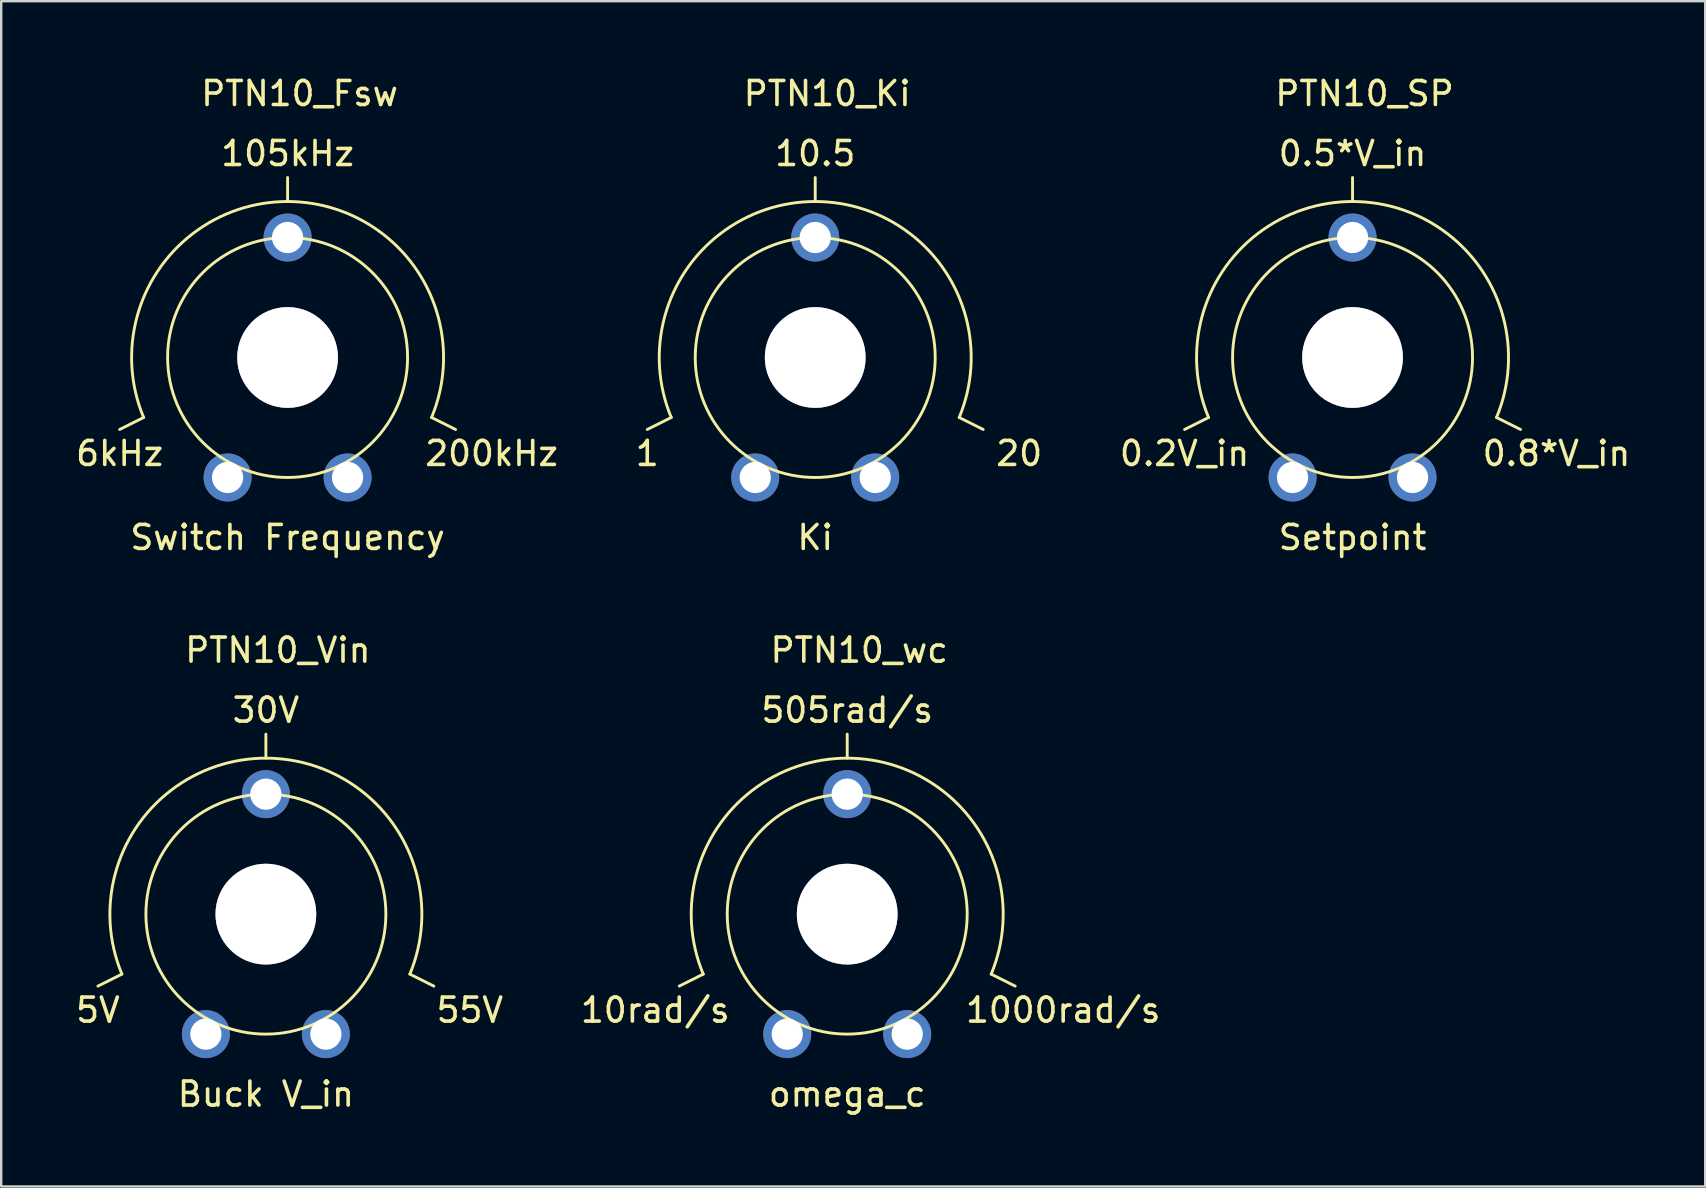
<source format=kicad_pcb>
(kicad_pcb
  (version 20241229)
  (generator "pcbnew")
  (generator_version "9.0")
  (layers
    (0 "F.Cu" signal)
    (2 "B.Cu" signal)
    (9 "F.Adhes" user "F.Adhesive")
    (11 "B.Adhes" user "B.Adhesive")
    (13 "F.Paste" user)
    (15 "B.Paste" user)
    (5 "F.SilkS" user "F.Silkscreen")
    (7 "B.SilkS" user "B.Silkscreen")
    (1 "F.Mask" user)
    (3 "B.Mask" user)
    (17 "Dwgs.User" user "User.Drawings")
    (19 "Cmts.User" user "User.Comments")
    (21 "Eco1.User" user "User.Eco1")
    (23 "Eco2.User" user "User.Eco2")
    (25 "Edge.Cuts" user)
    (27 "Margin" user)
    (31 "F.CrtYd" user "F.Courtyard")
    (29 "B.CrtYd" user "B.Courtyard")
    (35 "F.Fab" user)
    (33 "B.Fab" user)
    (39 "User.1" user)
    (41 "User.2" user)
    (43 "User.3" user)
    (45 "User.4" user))
  (footprint "PTN10_Ki"
    (layer "F.Cu")
    (at 30.923 11.848)
    (property "Reference" "PTN10_Ki" (at 0.5 -11 0) (layer "F.SilkS") (effects (font (size 1 1) (thickness 0.15))))
    (attr through_hole)
    (fp_line (start -6 2.5) (end -7 3) (stroke (width 0.12) (type solid)) (layer "F.SilkS"))
    (fp_line (start 0 -6.5) (end 0 -7.5) (stroke (width 0.12) (type solid)) (layer "F.SilkS"))
    (fp_line (start 6 2.5) (end 7 3) (stroke (width 0.12) (type solid)) (layer "F.SilkS"))
    (fp_arc (start -6 2.5) (mid 0 -6.5) (end 6 2.5) (stroke (width 0.12) (type solid)) (layer "F.SilkS"))
    (fp_circle (center 0 0) (end 5 0) (stroke (width 0.12) (type solid)) (fill no) (layer "F.SilkS"))
    (fp_text user "10.5" (at 0 -8.5 0) (layer "F.SilkS") (effects (font (size 1 1) (thickness 0.15))))
    (fp_text user "1" (at -7 4 0) (layer "F.SilkS") (effects (font (size 1 1) (thickness 0.15))))
    (fp_text user "20" (at 8.5 4 0) (layer "F.SilkS") (effects (font (size 1 1) (thickness 0.15))))
    (fp_text user "Ki" (at 0 7.5 0) (layer "F.SilkS") (effects (font (size 1 1) (thickness 0.15))))
    (pad "1" thru_hole circle (at -2.5 5) (size 2 2) (drill 1.3) (layers "*.Cu" "*.Mask"))
    (pad "2" thru_hole circle (at 0 -5) (size 2 2) (drill 1.3) (layers "*.Cu" "*.Mask"))
    (pad "3" thru_hole circle (at 2.5 5) (size 2 2) (drill 1.3) (layers "*.Cu" "*.Mask"))
    (pad "4" thru_hole circle (at 0 0) (size 4.2 4.2) (drill 4.2) (layers "*.Cu" "*.Mask")))
  (footprint "PTN10_Fsw"
    (layer "F.Cu")
    (at 8.935 11.848)
    (property "Reference" "PTN10_Fsw" (at 0.5 -11 0) (layer "F.SilkS") (effects (font (size 1 1) (thickness 0.15))))
    (attr through_hole)
    (fp_line (start -6 2.5) (end -7 3) (stroke (width 0.12) (type solid)) (layer "F.SilkS"))
    (fp_line (start 0 -6.5) (end 0 -7.5) (stroke (width 0.12) (type solid)) (layer "F.SilkS"))
    (fp_line (start 6 2.5) (end 7 3) (stroke (width 0.12) (type solid)) (layer "F.SilkS"))
    (fp_arc (start -6 2.5) (mid 0 -6.5) (end 6 2.5) (stroke (width 0.12) (type solid)) (layer "F.SilkS"))
    (fp_circle (center 0 0) (end 5 0) (stroke (width 0.12) (type solid)) (fill no) (layer "F.SilkS"))
    (fp_text user "105kHz" (at 0 -8.5 0) (layer "F.SilkS") (effects (font (size 1 1) (thickness 0.15))))
    (fp_text user "200kHz" (at 8.5 4 0) (layer "F.SilkS") (effects (font (size 1 1) (thickness 0.15))))
    (fp_text user "Switch Frequency" (at 0 7.5 0) (layer "F.SilkS") (effects (font (size 1 1) (thickness 0.15))))
    (fp_text user "6kHz" (at -7 4 0) (layer "F.SilkS") (effects (font (size 1 1) (thickness 0.15))))
    (pad "1" thru_hole circle (at -2.5 5) (size 2 2) (drill 1.3) (layers "*.Cu" "*.Mask"))
    (pad "2" thru_hole circle (at 0 -5) (size 2 2) (drill 1.3) (layers "*.Cu" "*.Mask"))
    (pad "3" thru_hole circle (at 2.5 5) (size 2 2) (drill 1.3) (layers "*.Cu" "*.Mask"))
    (pad "4" thru_hole circle (at 0 0) (size 4.2 4.2) (drill 4.2) (layers "*.Cu" "*.Mask")))
  (footprint "PTN10_Vin"
    (layer "F.Cu")
    (at 8.03 35.045)
    (property "Reference" "PTN10_Vin" (at 0.5 -11 0) (layer "F.SilkS") (effects (font (size 1 1) (thickness 0.15))))
    (attr through_hole)
    (fp_line (start -6 2.5) (end -7 3) (stroke (width 0.12) (type solid)) (layer "F.SilkS"))
    (fp_line (start 0 -6.5) (end 0 -7.5) (stroke (width 0.12) (type solid)) (layer "F.SilkS"))
    (fp_line (start 6 2.5) (end 7 3) (stroke (width 0.12) (type solid)) (layer "F.SilkS"))
    (fp_arc (start -6 2.5) (mid 0 -6.5) (end 6 2.5) (stroke (width 0.12) (type solid)) (layer "F.SilkS"))
    (fp_circle (center 0 0) (end 5 0) (stroke (width 0.12) (type solid)) (fill no) (layer "F.SilkS"))
    (fp_text user "55V" (at 8.5 4 0) (layer "F.SilkS") (effects (font (size 1 1) (thickness 0.15))))
    (fp_text user "5V" (at -7 4 0) (layer "F.SilkS") (effects (font (size 1 1) (thickness 0.15))))
    (fp_text user "Buck V_in" (at 0 7.5 0) (layer "F.SilkS") (effects (font (size 1 1) (thickness 0.15))))
    (fp_text user "30V" (at 0 -8.5 0) (layer "F.SilkS") (effects (font (size 1 1) (thickness 0.15))))
    (pad "1" thru_hole circle (at -2.5 5) (size 2 2) (drill 1.3) (layers "*.Cu" "*.Mask"))
    (pad "2" thru_hole circle (at 0 -5) (size 2 2) (drill 1.3) (layers "*.Cu" "*.Mask"))
    (pad "3" thru_hole circle (at 2.5 5) (size 2 2) (drill 1.3) (layers "*.Cu" "*.Mask"))
    (pad "4" thru_hole circle (at 0 0) (size 4.2 4.2) (drill 4.2) (layers "*.Cu" "*.Mask")))
  (footprint "PTN10_SP"
    (layer "F.Cu")
    (at 53.315 11.848)
    (property "Reference" "PTN10_SP" (at 0.5 -11 0) (layer "F.SilkS") (effects (font (size 1 1) (thickness 0.15))))
    (attr through_hole)
    (fp_line (start -6 2.5) (end -7 3) (stroke (width 0.12) (type solid)) (layer "F.SilkS"))
    (fp_line (start 0 -6.5) (end 0 -7.5) (stroke (width 0.12) (type solid)) (layer "F.SilkS"))
    (fp_line (start 6 2.5) (end 7 3) (stroke (width 0.12) (type solid)) (layer "F.SilkS"))
    (fp_arc (start -6 2.5) (mid 0 -6.5) (end 6 2.5) (stroke (width 0.12) (type solid)) (layer "F.SilkS"))
    (fp_circle (center 0 0) (end 5 0) (stroke (width 0.12) (type solid)) (fill no) (layer "F.SilkS"))
    (fp_text user "0.2V_in" (at -7 4 0) (layer "F.SilkS") (effects (font (size 1 1) (thickness 0.15))))
    (fp_text user "Setpoint" (at 0 7.5 0) (layer "F.SilkS") (effects (font (size 1 1) (thickness 0.15))))
    (fp_text user "0.5*V_in" (at 0 -8.5 0) (layer "F.SilkS") (effects (font (size 1 1) (thickness 0.15))))
    (fp_text user "0.8*V_in" (at 8.5 4 0) (layer "F.SilkS") (effects (font (size 1 1) (thickness 0.15))))
    (pad "1" thru_hole circle (at -2.5 5) (size 2 2) (drill 1.3) (layers "*.Cu" "*.Mask"))
    (pad "2" thru_hole circle (at 0 -5) (size 2 2) (drill 1.3) (layers "*.Cu" "*.Mask"))
    (pad "3" thru_hole circle (at 2.5 5) (size 2 2) (drill 1.3) (layers "*.Cu" "*.Mask"))
    (pad "4" thru_hole circle (at 0 0) (size 4.2 4.2) (drill 4.2) (layers "*.Cu" "*.Mask")))
  (footprint "PTN10_wc"
    (layer "F.Cu")
    (at 32.256 35.045)
    (property "Reference" "PTN10_wc" (at 0.5 -11 0) (layer "F.SilkS") (effects (font (size 1 1) (thickness 0.15))))
    (attr through_hole)
    (fp_line (start -6 2.5) (end -7 3) (stroke (width 0.12) (type solid)) (layer "F.SilkS"))
    (fp_line (start 0 -6.5) (end 0 -7.5) (stroke (width 0.12) (type solid)) (layer "F.SilkS"))
    (fp_line (start 6 2.5) (end 7 3) (stroke (width 0.12) (type solid)) (layer "F.SilkS"))
    (fp_arc (start -6 2.5) (mid 0 -6.5) (end 6 2.5) (stroke (width 0.12) (type solid)) (layer "F.SilkS"))
    (fp_circle (center 0 0) (end 5 0) (stroke (width 0.12) (type solid)) (fill no) (layer "F.SilkS"))
    (fp_text user "1000rad/s" (at 9 4 0) (layer "F.SilkS") (effects (font (size 1 1) (thickness 0.15))))
    (fp_text user "10rad/s" (at -8 4 0) (layer "F.SilkS") (effects (font (size 1 1) (thickness 0.15))))
    (fp_text user "505rad/s" (at 0 -8.5 0) (layer "F.SilkS") (effects (font (size 1 1) (thickness 0.15))))
    (fp_text user "omega_c" (at 0 7.5 0) (layer "F.SilkS") (effects (font (size 1 1) (thickness 0.15))))
    (pad "1" thru_hole circle (at -2.5 5) (size 2 2) (drill 1.3) (layers "*.Cu" "*.Mask"))
    (pad "2" thru_hole circle (at 0 -5) (size 2 2) (drill 1.3) (layers "*.Cu" "*.Mask"))
    (pad "3" thru_hole circle (at 2.5 5) (size 2 2) (drill 1.3) (layers "*.Cu" "*.Mask"))
    (pad "4" thru_hole circle (at 0 0) (size 4.2 4.2) (drill 4.2) (layers "*.Cu" "*.Mask")))
  (gr_rect
    (start -3 -3)
    (end 68.012 46.393)
    (stroke (width 0.1) (type default))
    (fill no)
    (layer "Edge.Cuts")))
</source>
